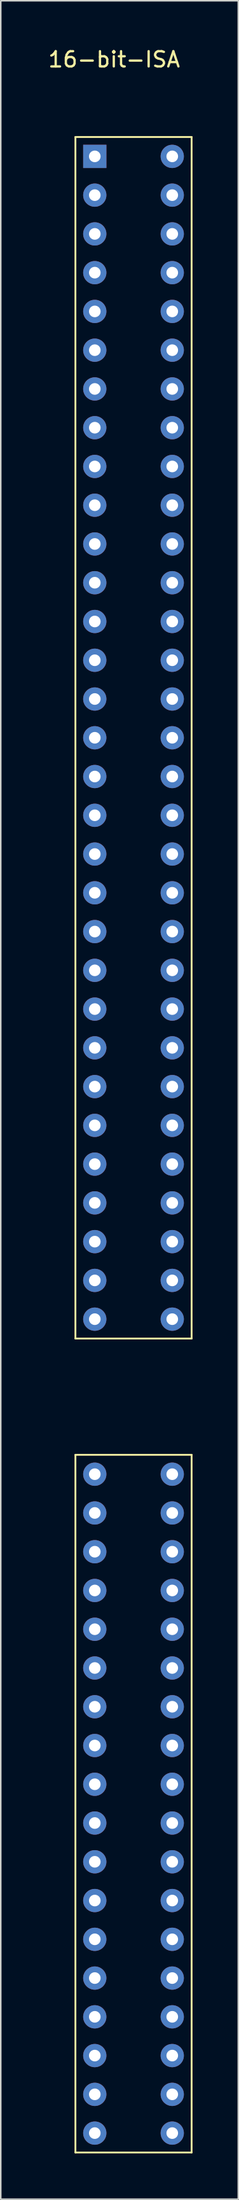
<source format=kicad_pcb>
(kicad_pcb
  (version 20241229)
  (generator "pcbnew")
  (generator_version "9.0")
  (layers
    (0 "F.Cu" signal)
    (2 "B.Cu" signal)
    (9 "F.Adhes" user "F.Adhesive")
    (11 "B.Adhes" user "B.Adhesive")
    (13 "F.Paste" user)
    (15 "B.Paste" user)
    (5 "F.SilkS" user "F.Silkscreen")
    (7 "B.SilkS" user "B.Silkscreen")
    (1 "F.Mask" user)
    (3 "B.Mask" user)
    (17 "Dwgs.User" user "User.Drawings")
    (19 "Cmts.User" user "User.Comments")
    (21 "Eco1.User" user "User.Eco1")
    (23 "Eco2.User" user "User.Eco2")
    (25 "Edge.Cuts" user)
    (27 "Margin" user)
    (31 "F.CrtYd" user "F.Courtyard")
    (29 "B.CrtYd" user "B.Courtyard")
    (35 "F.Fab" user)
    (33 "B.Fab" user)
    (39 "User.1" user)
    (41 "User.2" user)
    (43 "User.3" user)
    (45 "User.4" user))
  (footprint "16-bit-ISA"
    (layer "F.Cu")
    (at 3.165 7.198)
    (property "Reference" "16-bit-ISA" (at 1.27 -6.35 0) (layer "F.SilkS") (effects (font (size 1 1) (thickness 0.15))))
    (attr through_hole)
    (fp_line (start -1.27 -1.27) (end -1.27 77.47) (stroke (width 0.12) (type solid)) (layer "F.SilkS"))
    (fp_line (start -1.27 77.47) (end 6.35 77.47) (stroke (width 0.12) (type solid)) (layer "F.SilkS"))
    (fp_line (start -1.27 85.09) (end 6.35 85.09) (stroke (width 0.12) (type solid)) (layer "F.SilkS"))
    (fp_line (start -1.27 130.81) (end -1.27 85.09) (stroke (width 0.12) (type solid)) (layer "F.SilkS"))
    (fp_line (start 6.35 -1.27) (end -1.27 -1.27) (stroke (width 0.12) (type solid)) (layer "F.SilkS"))
    (fp_line (start 6.35 77.47) (end 6.35 -1.27) (stroke (width 0.12) (type solid)) (layer "F.SilkS"))
    (fp_line (start 6.35 85.09) (end 6.35 130.81) (stroke (width 0.12) (type solid)) (layer "F.SilkS"))
    (fp_line (start 6.35 130.81) (end -1.27 130.81) (stroke (width 0.12) (type solid)) (layer "F.SilkS"))
    (pad "1" thru_hole rect (at 0 0) (size 1.524 1.524) (drill 0.762) (layers "*.Cu" "*.Mask"))
    (pad "2" thru_hole circle (at 0 2.54) (size 1.524 1.524) (drill 0.762) (layers "*.Cu" "*.Mask"))
    (pad "3" thru_hole circle (at 0 5.08) (size 1.524 1.524) (drill 0.762) (layers "*.Cu" "*.Mask"))
    (pad "4" thru_hole circle (at 0 7.62) (size 1.524 1.524) (drill 0.762) (layers "*.Cu" "*.Mask"))
    (pad "5" thru_hole circle (at 0 10.16) (size 1.524 1.524) (drill 0.762) (layers "*.Cu" "*.Mask"))
    (pad "6" thru_hole circle (at 0 12.7) (size 1.524 1.524) (drill 0.762) (layers "*.Cu" "*.Mask"))
    (pad "7" thru_hole circle (at 0 15.24) (size 1.524 1.524) (drill 0.762) (layers "*.Cu" "*.Mask"))
    (pad "8" thru_hole circle (at 0 17.78) (size 1.524 1.524) (drill 0.762) (layers "*.Cu" "*.Mask"))
    (pad "9" thru_hole circle (at 0 20.32) (size 1.524 1.524) (drill 0.762) (layers "*.Cu" "*.Mask"))
    (pad "10" thru_hole circle (at 0 22.86) (size 1.524 1.524) (drill 0.762) (layers "*.Cu" "*.Mask"))
    (pad "11" thru_hole circle (at 0 25.4) (size 1.524 1.524) (drill 0.762) (layers "*.Cu" "*.Mask"))
    (pad "12" thru_hole circle (at 0 27.94) (size 1.524 1.524) (drill 0.762) (layers "*.Cu" "*.Mask"))
    (pad "13" thru_hole circle (at 0 30.48) (size 1.524 1.524) (drill 0.762) (layers "*.Cu" "*.Mask"))
    (pad "14" thru_hole circle (at 0 33.02) (size 1.524 1.524) (drill 0.762) (layers "*.Cu" "*.Mask"))
    (pad "15" thru_hole circle (at 0 35.56) (size 1.524 1.524) (drill 0.762) (layers "*.Cu" "*.Mask"))
    (pad "16" thru_hole circle (at 0 38.1) (size 1.524 1.524) (drill 0.762) (layers "*.Cu" "*.Mask"))
    (pad "17" thru_hole circle (at 0 40.64) (size 1.524 1.524) (drill 0.762) (layers "*.Cu" "*.Mask"))
    (pad "18" thru_hole circle (at 0 43.18) (size 1.524 1.524) (drill 0.762) (layers "*.Cu" "*.Mask"))
    (pad "19" thru_hole circle (at 0 45.72) (size 1.524 1.524) (drill 0.762) (layers "*.Cu" "*.Mask"))
    (pad "20" thru_hole circle (at 0 48.26) (size 1.524 1.524) (drill 0.762) (layers "*.Cu" "*.Mask"))
    (pad "21" thru_hole circle (at 0 50.8) (size 1.524 1.524) (drill 0.762) (layers "*.Cu" "*.Mask"))
    (pad "22" thru_hole circle (at 0 53.34) (size 1.524 1.524) (drill 0.762) (layers "*.Cu" "*.Mask"))
    (pad "23" thru_hole circle (at 0 55.88) (size 1.524 1.524) (drill 0.762) (layers "*.Cu" "*.Mask"))
    (pad "24" thru_hole circle (at 0 58.42) (size 1.524 1.524) (drill 0.762) (layers "*.Cu" "*.Mask"))
    (pad "25" thru_hole circle (at 0 60.96) (size 1.524 1.524) (drill 0.762) (layers "*.Cu" "*.Mask"))
    (pad "26" thru_hole circle (at 0 63.5) (size 1.524 1.524) (drill 0.762) (layers "*.Cu" "*.Mask"))
    (pad "27" thru_hole circle (at 0 66.04) (size 1.524 1.524) (drill 0.762) (layers "*.Cu" "*.Mask"))
    (pad "28" thru_hole circle (at 0 68.58) (size 1.524 1.524) (drill 0.762) (layers "*.Cu" "*.Mask"))
    (pad "29" thru_hole circle (at 0 71.12) (size 1.524 1.524) (drill 0.762) (layers "*.Cu" "*.Mask"))
    (pad "30" thru_hole circle (at 0 73.66) (size 1.524 1.524) (drill 0.762) (layers "*.Cu" "*.Mask"))
    (pad "31" thru_hole circle (at 0 76.2) (size 1.524 1.524) (drill 0.762) (layers "*.Cu" "*.Mask"))
    (pad "32" thru_hole circle (at 5.08 0) (size 1.524 1.524) (drill 0.762) (layers "*.Cu" "*.Mask"))
    (pad "33" thru_hole circle (at 5.08 2.54) (size 1.524 1.524) (drill 0.762) (layers "*.Cu" "*.Mask"))
    (pad "34" thru_hole circle (at 5.08 5.08) (size 1.524 1.524) (drill 0.762) (layers "*.Cu" "*.Mask"))
    (pad "35" thru_hole circle (at 5.08 7.62) (size 1.524 1.524) (drill 0.762) (layers "*.Cu" "*.Mask"))
    (pad "36" thru_hole circle (at 5.08 10.16) (size 1.524 1.524) (drill 0.762) (layers "*.Cu" "*.Mask"))
    (pad "37" thru_hole circle (at 5.08 12.7) (size 1.524 1.524) (drill 0.762) (layers "*.Cu" "*.Mask"))
    (pad "38" thru_hole circle (at 5.08 15.24) (size 1.524 1.524) (drill 0.762) (layers "*.Cu" "*.Mask"))
    (pad "39" thru_hole circle (at 5.08 17.78) (size 1.524 1.524) (drill 0.762) (layers "*.Cu" "*.Mask"))
    (pad "40" thru_hole circle (at 5.08 20.32) (size 1.524 1.524) (drill 0.762) (layers "*.Cu" "*.Mask"))
    (pad "41" thru_hole circle (at 5.08 22.86) (size 1.524 1.524) (drill 0.762) (layers "*.Cu" "*.Mask"))
    (pad "42" thru_hole circle (at 5.08 25.4) (size 1.524 1.524) (drill 0.762) (layers "*.Cu" "*.Mask"))
    (pad "43" thru_hole circle (at 5.08 27.94) (size 1.524 1.524) (drill 0.762) (layers "*.Cu" "*.Mask"))
    (pad "44" thru_hole circle (at 5.08 30.48) (size 1.524 1.524) (drill 0.762) (layers "*.Cu" "*.Mask"))
    (pad "45" thru_hole circle (at 5.08 33.02) (size 1.524 1.524) (drill 0.762) (layers "*.Cu" "*.Mask"))
    (pad "46" thru_hole circle (at 5.08 35.56) (size 1.524 1.524) (drill 0.762) (layers "*.Cu" "*.Mask"))
    (pad "47" thru_hole circle (at 5.08 38.1) (size 1.524 1.524) (drill 0.762) (layers "*.Cu" "*.Mask"))
    (pad "48" thru_hole circle (at 5.08 40.64) (size 1.524 1.524) (drill 0.762) (layers "*.Cu" "*.Mask"))
    (pad "49" thru_hole circle (at 5.08 43.18) (size 1.524 1.524) (drill 0.762) (layers "*.Cu" "*.Mask"))
    (pad "50" thru_hole circle (at 5.08 45.72) (size 1.524 1.524) (drill 0.762) (layers "*.Cu" "*.Mask"))
    (pad "51" thru_hole circle (at 5.08 48.26) (size 1.524 1.524) (drill 0.762) (layers "*.Cu" "*.Mask"))
    (pad "52" thru_hole circle (at 5.08 50.8) (size 1.524 1.524) (drill 0.762) (layers "*.Cu" "*.Mask"))
    (pad "53" thru_hole circle (at 5.08 53.34) (size 1.524 1.524) (drill 0.762) (layers "*.Cu" "*.Mask"))
    (pad "54" thru_hole circle (at 5.08 55.88) (size 1.524 1.524) (drill 0.762) (layers "*.Cu" "*.Mask"))
    (pad "55" thru_hole circle (at 5.08 58.42) (size 1.524 1.524) (drill 0.762) (layers "*.Cu" "*.Mask"))
    (pad "56" thru_hole circle (at 5.08 60.96) (size 1.524 1.524) (drill 0.762) (layers "*.Cu" "*.Mask"))
    (pad "57" thru_hole circle (at 5.08 63.5) (size 1.524 1.524) (drill 0.762) (layers "*.Cu" "*.Mask"))
    (pad "58" thru_hole circle (at 5.08 66.04) (size 1.524 1.524) (drill 0.762) (layers "*.Cu" "*.Mask"))
    (pad "59" thru_hole circle (at 5.08 68.58) (size 1.524 1.524) (drill 0.762) (layers "*.Cu" "*.Mask"))
    (pad "60" thru_hole circle (at 5.08 71.12) (size 1.524 1.524) (drill 0.762) (layers "*.Cu" "*.Mask"))
    (pad "61" thru_hole circle (at 5.08 73.66) (size 1.524 1.524) (drill 0.762) (layers "*.Cu" "*.Mask"))
    (pad "62" thru_hole circle (at 5.08 76.2) (size 1.524 1.524) (drill 0.762) (layers "*.Cu" "*.Mask"))
    (pad "63" thru_hole circle (at 0 86.36) (size 1.524 1.524) (drill 0.762) (layers "*.Cu" "*.Mask"))
    (pad "64" thru_hole circle (at 0 88.9) (size 1.524 1.524) (drill 0.762) (layers "*.Cu" "*.Mask"))
    (pad "65" thru_hole circle (at 0 91.44) (size 1.524 1.524) (drill 0.762) (layers "*.Cu" "*.Mask"))
    (pad "66" thru_hole circle (at 0 93.98) (size 1.524 1.524) (drill 0.762) (layers "*.Cu" "*.Mask"))
    (pad "67" thru_hole circle (at 0 96.52) (size 1.524 1.524) (drill 0.762) (layers "*.Cu" "*.Mask"))
    (pad "68" thru_hole circle (at 0 99.06) (size 1.524 1.524) (drill 0.762) (layers "*.Cu" "*.Mask"))
    (pad "69" thru_hole circle (at 0 101.6) (size 1.524 1.524) (drill 0.762) (layers "*.Cu" "*.Mask"))
    (pad "70" thru_hole circle (at 0 104.14) (size 1.524 1.524) (drill 0.762) (layers "*.Cu" "*.Mask"))
    (pad "71" thru_hole circle (at 0 106.68) (size 1.524 1.524) (drill 0.762) (layers "*.Cu" "*.Mask"))
    (pad "72" thru_hole circle (at 0 109.22) (size 1.524 1.524) (drill 0.762) (layers "*.Cu" "*.Mask"))
    (pad "73" thru_hole circle (at 0 111.76) (size 1.524 1.524) (drill 0.762) (layers "*.Cu" "*.Mask"))
    (pad "74" thru_hole circle (at 0 114.3) (size 1.524 1.524) (drill 0.762) (layers "*.Cu" "*.Mask"))
    (pad "75" thru_hole circle (at 0 116.84) (size 1.524 1.524) (drill 0.762) (layers "*.Cu" "*.Mask"))
    (pad "76" thru_hole circle (at 0 119.38) (size 1.524 1.524) (drill 0.762) (layers "*.Cu" "*.Mask"))
    (pad "77" thru_hole circle (at 0 121.92) (size 1.524 1.524) (drill 0.762) (layers "*.Cu" "*.Mask"))
    (pad "78" thru_hole circle (at 0 124.46) (size 1.524 1.524) (drill 0.762) (layers "*.Cu" "*.Mask"))
    (pad "79" thru_hole circle (at 0 127) (size 1.524 1.524) (drill 0.762) (layers "*.Cu" "*.Mask"))
    (pad "80" thru_hole circle (at 0 129.54) (size 1.524 1.524) (drill 0.762) (layers "*.Cu" "*.Mask"))
    (pad "81" thru_hole circle (at 5.08 86.36) (size 1.524 1.524) (drill 0.762) (layers "*.Cu" "*.Mask"))
    (pad "82" thru_hole circle (at 5.08 88.9) (size 1.524 1.524) (drill 0.762) (layers "*.Cu" "*.Mask"))
    (pad "83" thru_hole circle (at 5.08 91.44) (size 1.524 1.524) (drill 0.762) (layers "*.Cu" "*.Mask"))
    (pad "84" thru_hole circle (at 5.08 93.98) (size 1.524 1.524) (drill 0.762) (layers "*.Cu" "*.Mask"))
    (pad "85" thru_hole circle (at 5.08 96.52) (size 1.524 1.524) (drill 0.762) (layers "*.Cu" "*.Mask"))
    (pad "86" thru_hole circle (at 5.08 99.06) (size 1.524 1.524) (drill 0.762) (layers "*.Cu" "*.Mask"))
    (pad "87" thru_hole circle (at 5.08 101.6) (size 1.524 1.524) (drill 0.762) (layers "*.Cu" "*.Mask"))
    (pad "88" thru_hole circle (at 5.08 104.14) (size 1.524 1.524) (drill 0.762) (layers "*.Cu" "*.Mask"))
    (pad "89" thru_hole circle (at 5.08 106.68) (size 1.524 1.524) (drill 0.762) (layers "*.Cu" "*.Mask"))
    (pad "90" thru_hole circle (at 5.08 109.22) (size 1.524 1.524) (drill 0.762) (layers "*.Cu" "*.Mask"))
    (pad "91" thru_hole circle (at 5.08 111.76) (size 1.524 1.524) (drill 0.762) (layers "*.Cu" "*.Mask"))
    (pad "92" thru_hole circle (at 5.08 114.3) (size 1.524 1.524) (drill 0.762) (layers "*.Cu" "*.Mask"))
    (pad "93" thru_hole circle (at 5.08 116.84) (size 1.524 1.524) (drill 0.762) (layers "*.Cu" "*.Mask"))
    (pad "94" thru_hole circle (at 5.08 119.38) (size 1.524 1.524) (drill 0.762) (layers "*.Cu" "*.Mask"))
    (pad "95" thru_hole circle (at 5.08 121.92) (size 1.524 1.524) (drill 0.762) (layers "*.Cu" "*.Mask"))
    (pad "96" thru_hole circle (at 5.08 124.46) (size 1.524 1.524) (drill 0.762) (layers "*.Cu" "*.Mask"))
    (pad "97" thru_hole circle (at 5.08 127) (size 1.524 1.524) (drill 0.762) (layers "*.Cu" "*.Mask"))
    (pad "98" thru_hole circle (at 5.08 129.54) (size 1.524 1.524) (drill 0.762) (layers "*.Cu" "*.Mask")))
  (gr_rect
    (start -3 -3)
    (end 12.575 141.068)
    (stroke (width 0.1) (type default))
    (fill no)
    (layer "Edge.Cuts")))
</source>
